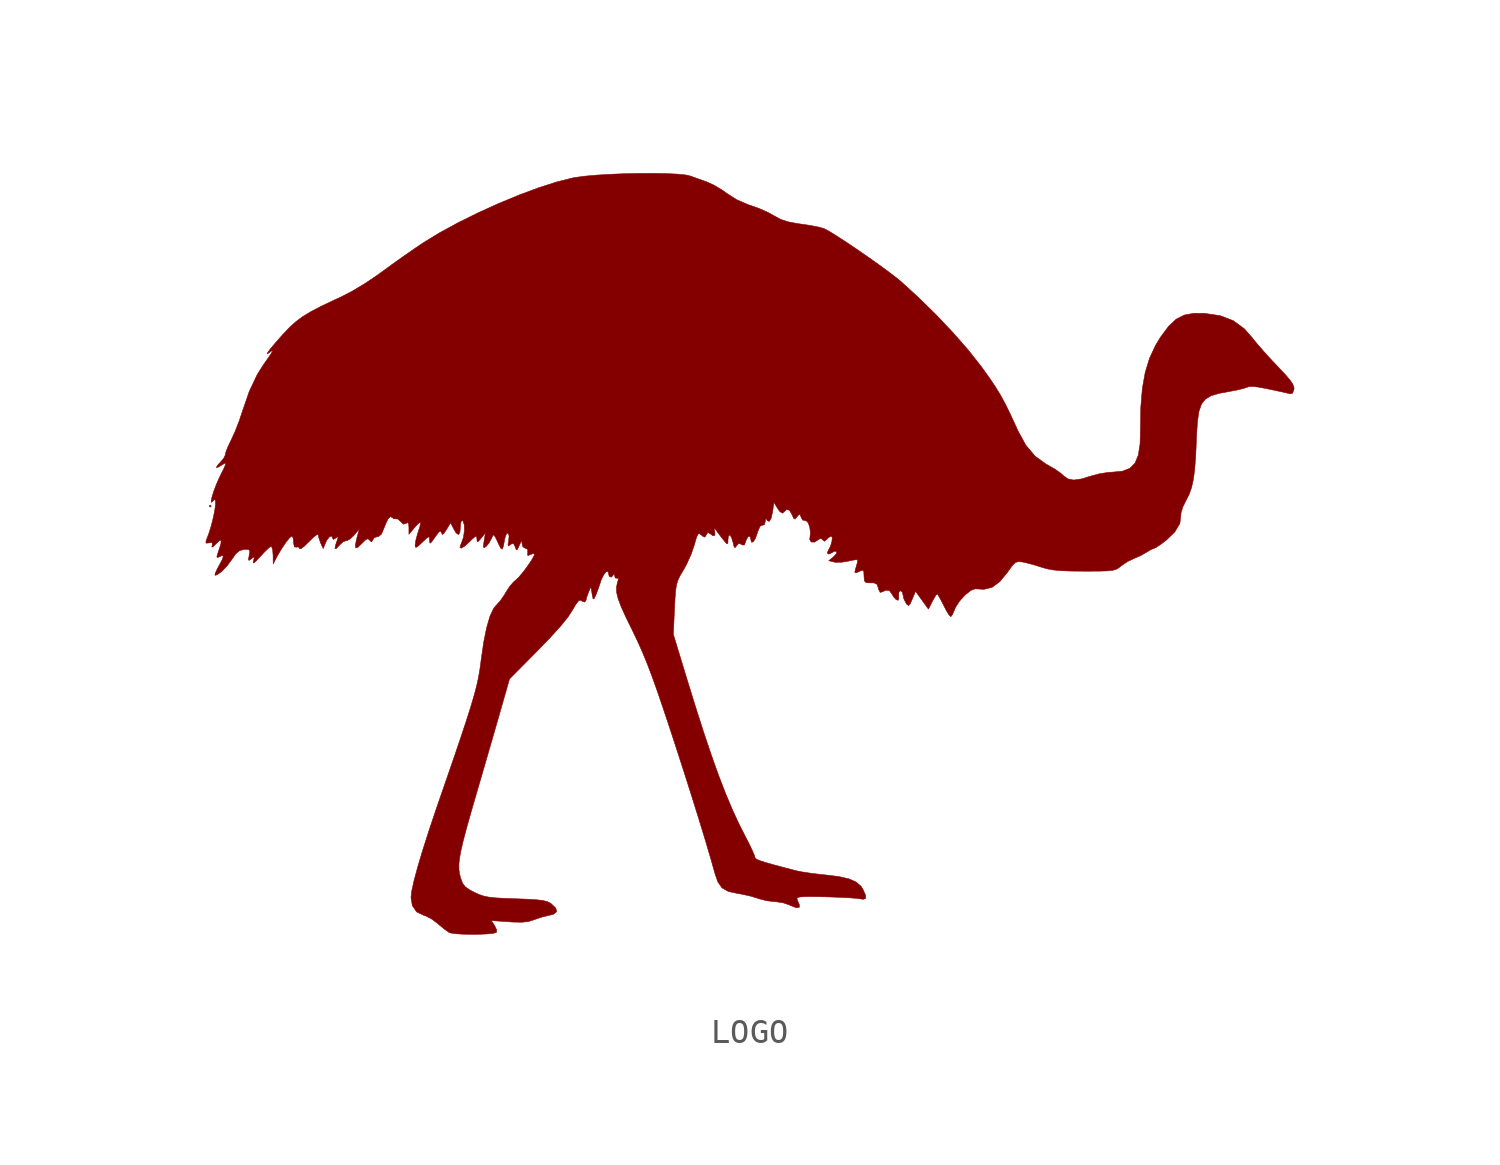
<source format=kicad_sym>
(kicad_symbol_lib
  (version 20210619)
  (generator bitmap2component)
  (symbol "LOGO"
    (pin_names
      (offset 1.016))
    (property "Reference" "#G"
      (at 0 17.884 0)
      (effects (font (size 1.27 1.27)) hide))
    (symbol "LOGO_0_0"
      (polyline (pts (xy -10.55 -15.863) (xy -10.225 -15.847) (xy -9.98 -15.82) (xy -9.859 -15.782) (xy -9.857 -15.678) (xy -9.936 -15.51) (xy -10.074 -15.299) (xy -9.354 -15.35) (xy -9.177 -15.361) (xy -8.811 -15.367) (xy -8.541 -15.337) (xy -8.318 -15.267) (xy -8.295 -15.257) (xy -7.984 -15.152) (xy -7.678 -15.079) (xy -7.517 -15.039) (xy -7.388 -14.935) (xy -7.423 -14.788) (xy -7.62 -14.599) (xy -7.651 -14.578) (xy -7.772 -14.519) (xy -7.946 -14.476) (xy -8.201 -14.445) (xy -8.567 -14.421) (xy -9.073 -14.402) (xy -9.512 -14.386) (xy -9.893 -14.365) (xy -10.173 -14.335) (xy -10.388 -14.291) (xy -10.576 -14.227) (xy -10.772 -14.137) (xy -10.944 -14.048) (xy -11.142 -13.915) (xy -11.258 -13.761) (xy -11.34 -13.536) (xy -11.377 -13.391) (xy -11.405 -13.205) (xy -11.407 -12.996) (xy -11.382 -12.743) (xy -11.324 -12.426) (xy -11.231 -12.026) (xy -11.099 -11.523) (xy -10.923 -10.898) (xy -10.701 -10.13) (xy -10.583 -9.726) (xy -10.381 -9.033) (xy -10.18 -8.339) (xy -9.99 -7.683) (xy -9.824 -7.108) (xy -9.694 -6.655) (xy -9.327 -5.367) (xy -8.149 -4.178) (xy -7.699 -3.713) (xy -7.244 -3.215) (xy -6.92 -2.817) (xy -6.726 -2.517) (xy -6.613 -2.319) (xy -6.482 -2.147) (xy -6.398 -2.127) (xy -6.353 -2.165) (xy -6.233 -2.204) (xy -6.181 -2.129) (xy -6.152 -2.006) (xy -6.081 -1.811) (xy -5.982 -1.572) (xy -5.933 -1.862) (xy -5.925 -1.911) (xy -5.891 -2.068) (xy -5.855 -2.075) (xy -5.791 -1.947) (xy -5.766 -1.889) (xy -5.673 -1.645) (xy -5.579 -1.365) (xy -5.559 -1.304) (xy -5.46 -1.091) (xy -5.359 -0.963) (xy -5.281 -0.943) (xy -5.249 -1.055) (xy -5.229 -1.145) (xy -5.142 -1.183) (xy -5.051 -1.083) (xy -5.024 -1.048) (xy -5.002 -1.131) (xy -4.982 -1.211) (xy -4.902 -1.226) (xy -4.847 -1.23) (xy -4.878 -1.37) (xy -4.896 -1.426) (xy -4.931 -1.612) (xy -4.922 -1.816) (xy -4.861 -2.064) (xy -4.741 -2.383) (xy -4.554 -2.799) (xy -4.291 -3.337) (xy -4.262 -3.396) (xy -4.059 -3.82) (xy -3.868 -4.246) (xy -3.68 -4.702) (xy -3.485 -5.213) (xy -3.272 -5.806) (xy -3.031 -6.509) (xy -2.751 -7.348) (xy -2.475 -8.192) (xy -2.135 -9.244) (xy -1.815 -10.253) (xy -1.522 -11.193) (xy -1.263 -12.043) (xy -1.045 -12.779) (xy -0.877 -13.377) (xy -0.762 -13.707) (xy -0.59 -13.955) (xy -0.332 -14.102) (xy 0.053 -14.186) (xy 0.255 -14.22) (xy 0.606 -14.3) (xy 0.889 -14.387) (xy 0.931 -14.403) (xy 1.258 -14.486) (xy 1.578 -14.523) (xy 1.626 -14.524) (xy 1.922 -14.569) (xy 2.17 -14.653) (xy 2.229 -14.683) (xy 2.459 -14.769) (xy 2.586 -14.759) (xy 2.591 -14.654) (xy 2.568 -14.597) (xy 2.493 -14.41) (xy 2.489 -14.394) (xy 2.517 -14.353) (xy 2.626 -14.327) (xy 2.837 -14.315) (xy 3.174 -14.314) (xy 3.657 -14.323) (xy 3.796 -14.327) (xy 4.243 -14.343) (xy 4.635 -14.363) (xy 4.934 -14.385) (xy 5.101 -14.407) (xy 5.212 -14.425) (xy 5.318 -14.391) (xy 5.313 -14.257) (xy 5.201 -14.006) (xy 5.128 -13.891) (xy 4.93 -13.716) (xy 4.633 -13.585) (xy 4.214 -13.489) (xy 3.649 -13.42) (xy 3.484 -13.404) (xy 3.078 -13.355) (xy 2.713 -13.3) (xy 2.455 -13.248) (xy 1.979 -13.124) (xy 1.523 -13.002) (xy 1.195 -12.909) (xy 0.976 -12.838) (xy 0.844 -12.782) (xy 0.779 -12.735) (xy 0.762 -12.69) (xy 0.742 -12.618) (xy 0.656 -12.415) (xy 0.518 -12.126) (xy 0.345 -11.789) (xy 0.111 -11.329) (xy -0.162 -10.739) (xy -0.437 -10.086) (xy -0.721 -9.352) (xy -1.019 -8.519) (xy -1.338 -7.572) (xy -1.683 -6.494) (xy -2.062 -5.267) (xy -2.592 -3.525) (xy -2.541 -2.464) (xy -2.52 -2.047) (xy -2.495 -1.721) (xy -2.458 -1.485) (xy -2.4 -1.298) (xy -2.312 -1.117) (xy -2.183 -0.901) (xy -2.042 -0.646) (xy -1.859 -0.238) (xy -1.729 0.141) (xy -1.714 0.196) (xy -1.637 0.458) (xy -1.578 0.587) (xy -1.518 0.608) (xy -1.437 0.55) (xy -1.377 0.498) (xy -1.292 0.466) (xy -1.235 0.563) (xy -1.175 0.654) (xy -1.081 0.609) (xy -0.965 0.522) (xy -0.88 0.543) (xy -0.886 0.701) (xy -0.914 0.822) (xy -0.888 0.821) (xy -0.786 0.684) (xy -0.653 0.508) (xy -0.49 0.302) (xy -0.393 0.193) (xy -0.35 0.203) (xy -0.342 0.366) (xy -0.324 0.511) (xy -0.27 0.554) (xy -0.2 0.458) (xy -0.134 0.235) (xy -0.096 0.077) (xy -0.052 0.028) (xy 0.011 0.111) (xy 0.102 0.211) (xy 0.215 0.167) (xy 0.249 0.142) (xy 0.329 0.143) (xy 0.387 0.29) (xy 0.406 0.354) (xy 0.484 0.484) (xy 0.559 0.5) (xy 0.593 0.382) (xy 0.593 0.373) (xy 0.623 0.255) (xy 0.694 0.272) (xy 0.781 0.404) (xy 0.862 0.629) (xy 0.882 0.699) (xy 0.975 0.914) (xy 1.074 0.959) (xy 1.15 0.97) (xy 1.192 1.117) (xy 1.208 1.223) (xy 1.241 1.21) (xy 1.275 1.144) (xy 1.354 1.111) (xy 1.428 1.232) (xy 1.488 1.498) (xy 1.547 1.892) (xy 1.682 1.668) (xy 1.787 1.517) (xy 1.897 1.45) (xy 1.99 1.529) (xy 2.069 1.605) (xy 2.185 1.57) (xy 2.294 1.38) (xy 2.353 1.242) (xy 2.412 1.207) (xy 2.496 1.301) (xy 2.551 1.373) (xy 2.615 1.401) (xy 2.667 1.274) (xy 2.725 1.169) (xy 2.841 1.137) (xy 2.872 1.139) (xy 2.955 1.053) (xy 3.018 0.869) (xy 3.045 0.641) (xy 3.023 0.424) (xy 3.016 0.366) (xy 3.076 0.266) (xy 3.213 0.261) (xy 3.373 0.36) (xy 3.465 0.422) (xy 3.546 0.356) (xy 3.621 0.295) (xy 3.722 0.378) (xy 3.795 0.451) (xy 3.907 0.51) (xy 3.908 0.51) (xy 3.943 0.44) (xy 3.926 0.279) (xy 3.869 0.089) (xy 3.786 -0.066) (xy 3.736 -0.188) (xy 3.8 -0.235) (xy 3.937 -0.17) (xy 4.024 -0.118) (xy 4.13 -0.123) (xy 4.13 -0.123) (xy 4.115 -0.214) (xy 3.995 -0.344) (xy 3.799 -0.504) (xy 4.018 -0.559) (xy 4.066 -0.568) (xy 4.315 -0.569) (xy 4.593 -0.524) (xy 4.688 -0.501) (xy 4.886 -0.466) (xy 4.981 -0.467) (xy 4.983 -0.47) (xy 4.977 -0.573) (xy 4.925 -0.76) (xy 4.907 -0.811) (xy 4.868 -0.974) (xy 4.921 -1.007) (xy 5.085 -0.931) (xy 5.189 -0.891) (xy 5.239 -0.945) (xy 5.249 -1.135) (xy 5.249 -1.141) (xy 5.263 -1.334) (xy 5.338 -1.408) (xy 5.522 -1.414) (xy 5.657 -1.415) (xy 5.782 -1.472) (xy 5.839 -1.633) (xy 5.853 -1.694) (xy 5.912 -1.807) (xy 6.011 -1.783) (xy 6.14 -1.718) (xy 6.296 -1.735) (xy 6.419 -1.911) (xy 6.463 -1.989) (xy 6.566 -2.1) (xy 6.653 -2.132) (xy 6.679 -2.06) (xy 6.675 -2.008) (xy 6.679 -1.843) (xy 6.689 -1.787) (xy 6.75 -1.736) (xy 6.823 -1.798) (xy 6.858 -1.943) (xy 6.881 -2.062) (xy 6.976 -2.253) (xy 7.009 -2.297) (xy 7.078 -2.35) (xy 7.141 -2.288) (xy 7.231 -2.088) (xy 7.367 -1.76) (xy 7.897 -2.494) (xy 8.057 -2.182) (xy 8.096 -2.107) (xy 8.196 -1.937) (xy 8.254 -1.869) (xy 8.298 -1.922) (xy 8.395 -2.091) (xy 8.52 -2.336) (xy 8.632 -2.551) (xy 8.744 -2.733) (xy 8.812 -2.803) (xy 8.823 -2.8) (xy 8.894 -2.703) (xy 8.973 -2.512) (xy 9.018 -2.408) (xy 9.184 -2.156) (xy 9.398 -1.921) (xy 9.441 -1.883) (xy 9.648 -1.722) (xy 9.818 -1.66) (xy 10.015 -1.67) (xy 10.173 -1.682) (xy 10.508 -1.602) (xy 10.829 -1.369) (xy 11.152 -0.976) (xy 11.203 -0.902) (xy 11.363 -0.684) (xy 11.483 -0.573) (xy 11.604 -0.54) (xy 11.769 -0.558) (xy 11.921 -0.591) (xy 12.228 -0.672) (xy 12.549 -0.772) (xy 12.771 -0.836) (xy 13.029 -0.884) (xy 13.345 -0.914) (xy 13.756 -0.93) (xy 14.299 -0.934) (xy 14.557 -0.934) (xy 14.975 -0.931) (xy 15.27 -0.921) (xy 15.47 -0.899) (xy 15.609 -0.861) (xy 15.715 -0.803) (xy 15.82 -0.72) (xy 15.837 -0.706) (xy 16.093 -0.534) (xy 16.355 -0.41) (xy 16.614 -0.299) (xy 16.862 -0.157) (xy 16.868 -0.153) (xy 17.047 -0.045) (xy 17.168 0) (xy 17.257 0.04) (xy 17.442 0.163) (xy 17.673 0.338) (xy 18.024 0.675) (xy 18.235 1.027) (xy 18.277 1.373) (xy 18.283 1.464) (xy 18.353 1.697) (xy 18.479 1.956) (xy 18.491 1.977) (xy 18.619 2.23) (xy 18.717 2.508) (xy 18.791 2.84) (xy 18.845 3.255) (xy 18.885 3.782) (xy 18.915 4.45) (xy 18.924 4.674) (xy 18.959 5.222) (xy 19.019 5.633) (xy 19.122 5.93) (xy 19.283 6.137) (xy 19.519 6.278) (xy 19.846 6.376) (xy 20.279 6.456) (xy 20.578 6.512) (xy 20.846 6.576) (xy 21.007 6.631) (xy 21.094 6.657) (xy 21.235 6.66) (xy 21.452 6.635) (xy 21.766 6.578) (xy 22.2 6.487) (xy 22.775 6.358) (xy 22.867 6.381) (xy 22.928 6.547) (xy 22.928 6.61) (xy 22.884 6.744) (xy 22.769 6.919) (xy 22.563 7.159) (xy 22.25 7.49) (xy 22.015 7.737) (xy 21.688 8.097) (xy 21.393 8.436) (xy 21.175 8.704) (xy 20.883 9.035) (xy 20.434 9.364) (xy 19.899 9.57) (xy 19.252 9.666) (xy 18.823 9.671) (xy 18.42 9.599) (xy 18.081 9.426) (xy 17.768 9.131) (xy 17.443 8.694) (xy 17.238 8.358) (xy 16.99 7.827) (xy 16.81 7.241) (xy 16.691 6.574) (xy 16.628 5.798) (xy 16.614 4.885) (xy 16.598 4.301) (xy 16.527 3.841) (xy 16.391 3.511) (xy 16.177 3.296) (xy 15.876 3.178) (xy 15.476 3.14) (xy 15.303 3.13) (xy 14.919 3.07) (xy 14.563 2.973) (xy 14.194 2.86) (xy 13.869 2.814) (xy 13.628 2.862) (xy 13.437 3.004) (xy 13.339 3.092) (xy 13.098 3.263) (xy 12.819 3.423) (xy 12.738 3.466) (xy 12.281 3.796) (xy 11.902 4.246) (xy 11.578 4.838) (xy 11.526 4.954) (xy 11.275 5.501) (xy 11.059 5.941) (xy 10.855 6.316) (xy 10.637 6.671) (xy 10.383 7.045) (xy 10.067 7.484) (xy 10.052 7.503) (xy 9.541 8.151) (xy 8.924 8.857) (xy 8.235 9.586) (xy 7.507 10.302) (xy 6.773 10.971) (xy 6.581 11.129) (xy 6.254 11.379) (xy 5.855 11.671) (xy 5.414 11.983) (xy 4.962 12.296) (xy 4.527 12.589) (xy 4.138 12.842) (xy 3.827 13.034) (xy 3.621 13.144) (xy 3.582 13.159) (xy 3.354 13.22) (xy 3.03 13.283) (xy 2.668 13.337) (xy 2.534 13.355) (xy 2.133 13.429) (xy 1.823 13.531) (xy 1.545 13.682) (xy 1.316 13.809) (xy 0.948 13.974) (xy 0.583 14.105) (xy 0.493 14.133) (xy 0.018 14.338) (xy -0.392 14.599) (xy -0.579 14.734) (xy -0.9 14.928) (xy -1.185 15.061) (xy -1.266 15.089) (xy -1.601 15.209) (xy -1.905 15.319) (xy -2.085 15.358) (xy -2.427 15.392) (xy -2.881 15.414) (xy -3.417 15.423) (xy -4.004 15.421) (xy -4.612 15.408) (xy -5.21 15.384) (xy -5.767 15.349) (xy -6.254 15.305) (xy -6.639 15.251) (xy -6.742 15.232) (xy -7.379 15.072) (xy -8.119 14.835) (xy -8.929 14.534) (xy -9.775 14.184) (xy -10.624 13.799) (xy -11.445 13.392) (xy -12.205 12.978) (xy -12.869 12.572) (xy -13.196 12.352) (xy -13.662 12.029) (xy -14.146 11.685) (xy -14.582 11.366) (xy -14.741 11.25) (xy -15.272 10.893) (xy -15.804 10.574) (xy -16.275 10.332) (xy -16.532 10.215) (xy -17.073 9.958) (xy -17.497 9.736) (xy -17.836 9.529) (xy -18.119 9.319) (xy -18.376 9.086) (xy -18.636 8.811) (xy -18.941 8.465) (xy -19.163 8.201) (xy -19.279 8.043) (xy -19.285 7.998) (xy -19.177 8.07) (xy -19.103 8.126) (xy -19.065 8.132) (xy -19.105 8.049) (xy -19.229 7.861) (xy -19.447 7.551) (xy -19.698 7.153) (xy -20.028 6.454) (xy -20.321 5.603) (xy -20.443 5.237) (xy -20.608 4.814) (xy -20.77 4.46) (xy -20.897 4.195) (xy -20.986 3.975) (xy -21.013 3.856) (xy -21.013 3.84) (xy -21.078 3.708) (xy -21.22 3.538) (xy -21.32 3.432) (xy -21.385 3.33) (xy -21.319 3.334) (xy -21.126 3.447) (xy -21.06 3.489) (xy -20.998 3.511) (xy -21 3.453) (xy -21.07 3.291) (xy -21.214 3.002) (xy -21.262 2.903) (xy -21.384 2.624) (xy -21.485 2.354) (xy -21.557 2.122) (xy -21.592 1.958) (xy -21.58 1.892) (xy -21.514 1.954) (xy -21.467 2.005) (xy -21.42 1.979) (xy -21.413 1.835) (xy -21.44 1.601) (xy -21.497 1.305) (xy -21.579 0.974) (xy -21.681 0.638) (xy -21.798 0.325) (xy -21.806 0.303) (xy -21.806 0.218) (xy -21.68 0.229) (xy -21.648 0.237) (xy -21.544 0.231) (xy -21.554 0.116) (xy -21.566 0.062) (xy -21.521 0.063) (xy -21.386 0.196) (xy -21.248 0.325) (xy -21.182 0.326) (xy -21.195 0.185) (xy -21.287 -0.103) (xy -21.312 -0.176) (xy -21.359 -0.334) (xy -21.337 -0.376) (xy -21.24 -0.334) (xy -21.134 -0.29) (xy -21.093 -0.327) (xy -21.145 -0.473) (xy -21.29 -0.743) (xy -21.359 -0.872) (xy -21.432 -1.039) (xy -21.435 -1.104) (xy -21.355 -1.084) (xy -21.162 -0.951) (xy -20.944 -0.726) (xy -20.737 -0.444) (xy -20.578 -0.219) (xy -20.419 -0.087) (xy -20.233 -0.04) (xy -20.057 -0.037) (xy -20.002 -0.103) (xy -20.03 -0.284) (xy -20.061 -0.451) (xy -20.037 -0.494) (xy -19.938 -0.424) (xy -19.858 -0.361) (xy -19.817 -0.366) (xy -19.853 -0.51) (xy -19.867 -0.567) (xy -19.847 -0.603) (xy -19.75 -0.523) (xy -19.562 -0.319) (xy -19.384 -0.128) (xy -19.22 0.026) (xy -19.128 0.085) (xy -19.107 0.072) (xy -19.065 -0.056) (xy -19.047 -0.276) (xy -19.043 -0.637) (xy -18.911 -0.382) (xy -18.85 -0.27) (xy -18.681 0.013) (xy -18.511 0.263) (xy -18.366 0.442) (xy -18.276 0.51) (xy -18.276 0.51) (xy -18.225 0.435) (xy -18.203 0.258) (xy -18.202 0.201) (xy -18.169 0.062) (xy -18.076 0.054) (xy -18.009 0.065) (xy -17.949 -0.009) (xy -17.949 -0.01) (xy -17.896 -0.009) (xy -17.759 0.096) (xy -17.568 0.283) (xy -17.374 0.473) (xy -17.238 0.572) (xy -17.187 0.56) (xy -17.162 0.421) (xy -17.088 0.213) (xy -16.988 -0.006) (xy -16.88 0.252) (xy -16.832 0.349) (xy -16.724 0.481) (xy -16.633 0.51) (xy -16.595 0.414) (xy -16.573 0.369) (xy -16.465 0.427) (xy -16.398 0.477) (xy -16.372 0.457) (xy -16.423 0.304) (xy -16.473 0.16) (xy -16.506 -0.000200) (xy -16.458 -0.015) (xy -16.333 0.118) (xy -16.32 0.135) (xy -16.166 0.275) (xy -16.037 0.321) (xy -16.013 0.32) (xy -15.872 0.394) (xy -15.709 0.552) (xy -15.5 0.807) (xy -15.582 0.51) (xy -15.604 0.428) (xy -15.663 0.151) (xy -15.652 0.024) (xy -15.569 0.038) (xy -15.411 0.19) (xy -15.248 0.353) (xy -15.147 0.4) (xy -15.076 0.342) (xy -15.066 0.326) (xy -14.996 0.267) (xy -14.939 0.365) (xy -14.886 0.441) (xy -14.745 0.49) (xy -14.705 0.491) (xy -14.591 0.592) (xy -14.48 0.85) (xy -14.454 0.922) (xy -14.332 1.198) (xy -14.223 1.311) (xy -14.13 1.259) (xy -14.103 1.228) (xy -13.995 1.216) (xy -13.918 1.21) (xy -13.8 1.103) (xy -13.687 0.998) (xy -13.573 1.033) (xy -13.527 1.063) (xy -13.476 1.03) (xy -13.462 0.853) (xy -13.462 0.582) (xy -13.24 0.847) (xy -13.186 0.909) (xy -13.054 1.041) (xy -12.985 1.079) (xy -12.981 1.052) (xy -13.01 0.906) (xy -13.08 0.682) (xy -13.111 0.589) (xy -13.18 0.33) (xy -13.208 0.142) (xy -13.206 0.09) (xy -13.176 0.04) (xy -13.088 0.091) (xy -12.912 0.255) (xy -12.767 0.394) (xy -12.662 0.475) (xy -12.622 0.454) (xy -12.615 0.337) (xy -12.614 0.27) (xy -12.59 0.214) (xy -12.521 0.277) (xy -12.385 0.469) (xy -12.369 0.492) (xy -12.234 0.671) (xy -12.159 0.719) (xy -12.123 0.649) (xy -12.094 0.575) (xy -12.033 0.605) (xy -11.92 0.773) (xy -11.749 1.056) (xy -11.607 0.779) (xy -11.525 0.642) (xy -11.427 0.568) (xy -11.366 0.658) (xy -11.345 0.911) (xy -11.345 0.941) (xy -11.319 1.112) (xy -11.261 1.147) (xy -11.24 1.128) (xy -11.188 0.971) (xy -11.182 0.729) (xy -11.22 0.462) (xy -11.299 0.234) (xy -11.312 0.208) (xy -11.366 0.048) (xy -11.317 0.009) (xy -11.176 0.09) (xy -10.956 0.289) (xy -10.857 0.387) (xy -10.732 0.494) (xy -10.678 0.493) (xy -10.666 0.395) (xy -10.666 0.387) (xy -10.657 0.276) (xy -10.61 0.287) (xy -10.491 0.425) (xy -10.317 0.637) (xy -10.372 0.302) (xy -10.382 0.242) (xy -10.402 0.069) (xy -10.373 0.027) (xy -10.285 0.087) (xy -10.178 0.208) (xy -10.062 0.419) (xy -10.019 0.521) (xy -9.974 0.557) (xy -9.912 0.474) (xy -9.806 0.253) (xy -9.777 0.188) (xy -9.684 0.007) (xy -9.624 -0.029) (xy -9.579 0.087) (xy -9.528 0.363) (xy -9.516 0.425) (xy -9.456 0.593) (xy -9.389 0.631) (xy -9.344 0.519) (xy -9.362 0.312) (xy -9.39 0.162) (xy -9.374 0.101) (xy -9.289 0.155) (xy -9.247 0.187) (xy -9.159 0.201) (xy -9.095 0.068) (xy -9.09 0.051) (xy -9.044 -0.061) (xy -9 -0.039) (xy -8.923 0.127) (xy -8.857 0.271) (xy -8.82 0.301) (xy -8.809 0.191) (xy -8.783 0.072) (xy -8.668 0) (xy -8.582 -0.03) (xy -8.575 -0.168) (xy -8.587 -0.216) (xy -8.575 -0.294) (xy -8.458 -0.25) (xy -8.358 -0.211) (xy -8.297 -0.232) (xy -8.322 -0.308) (xy -8.429 -0.497) (xy -8.593 -0.738) (xy -8.779 -0.985) (xy -8.955 -1.192) (xy -9.087 -1.315) (xy -9.148 -1.364) (xy -9.318 -1.558) (xy -9.477 -1.804) (xy -9.532 -1.901) (xy -9.711 -2.158) (xy -9.883 -2.347) (xy -9.977 -2.459) (xy -10.127 -2.775) (xy -10.265 -3.246) (xy -10.389 -3.861) (xy -10.497 -4.61) (xy -10.511 -4.726) (xy -10.549 -4.996) (xy -10.596 -5.264) (xy -10.655 -5.547) (xy -10.733 -5.86) (xy -10.834 -6.22) (xy -10.962 -6.643) (xy -11.123 -7.146) (xy -11.321 -7.743) (xy -11.561 -8.452) (xy -11.849 -9.289) (xy -12.188 -10.269) (xy -12.349 -10.735) (xy -12.651 -11.639) (xy -12.905 -12.435) (xy -13.107 -13.114) (xy -13.255 -13.665) (xy -13.346 -14.079) (xy -13.377 -14.345) (xy -13.324 -14.68) (xy -13.149 -14.941) (xy -12.86 -15.081) (xy -12.779 -15.106) (xy -12.531 -15.234) (xy -12.288 -15.414) (xy -12.195 -15.495) (xy -11.976 -15.672) (xy -11.811 -15.789) (xy -11.765 -15.806) (xy -11.563 -15.838) (xy -11.264 -15.858) (xy -10.911 -15.866) (xy -10.55 -15.863)) (stroke (width 0.01)) (fill (type outline)))
      (polyline (pts (xy -21.59 1.742) (xy -21.632 1.784) (xy -21.675 1.742) (xy -21.632 1.699) (xy -21.59 1.742)) (stroke (width 0.01)) (fill (type outline))))))
</source>
